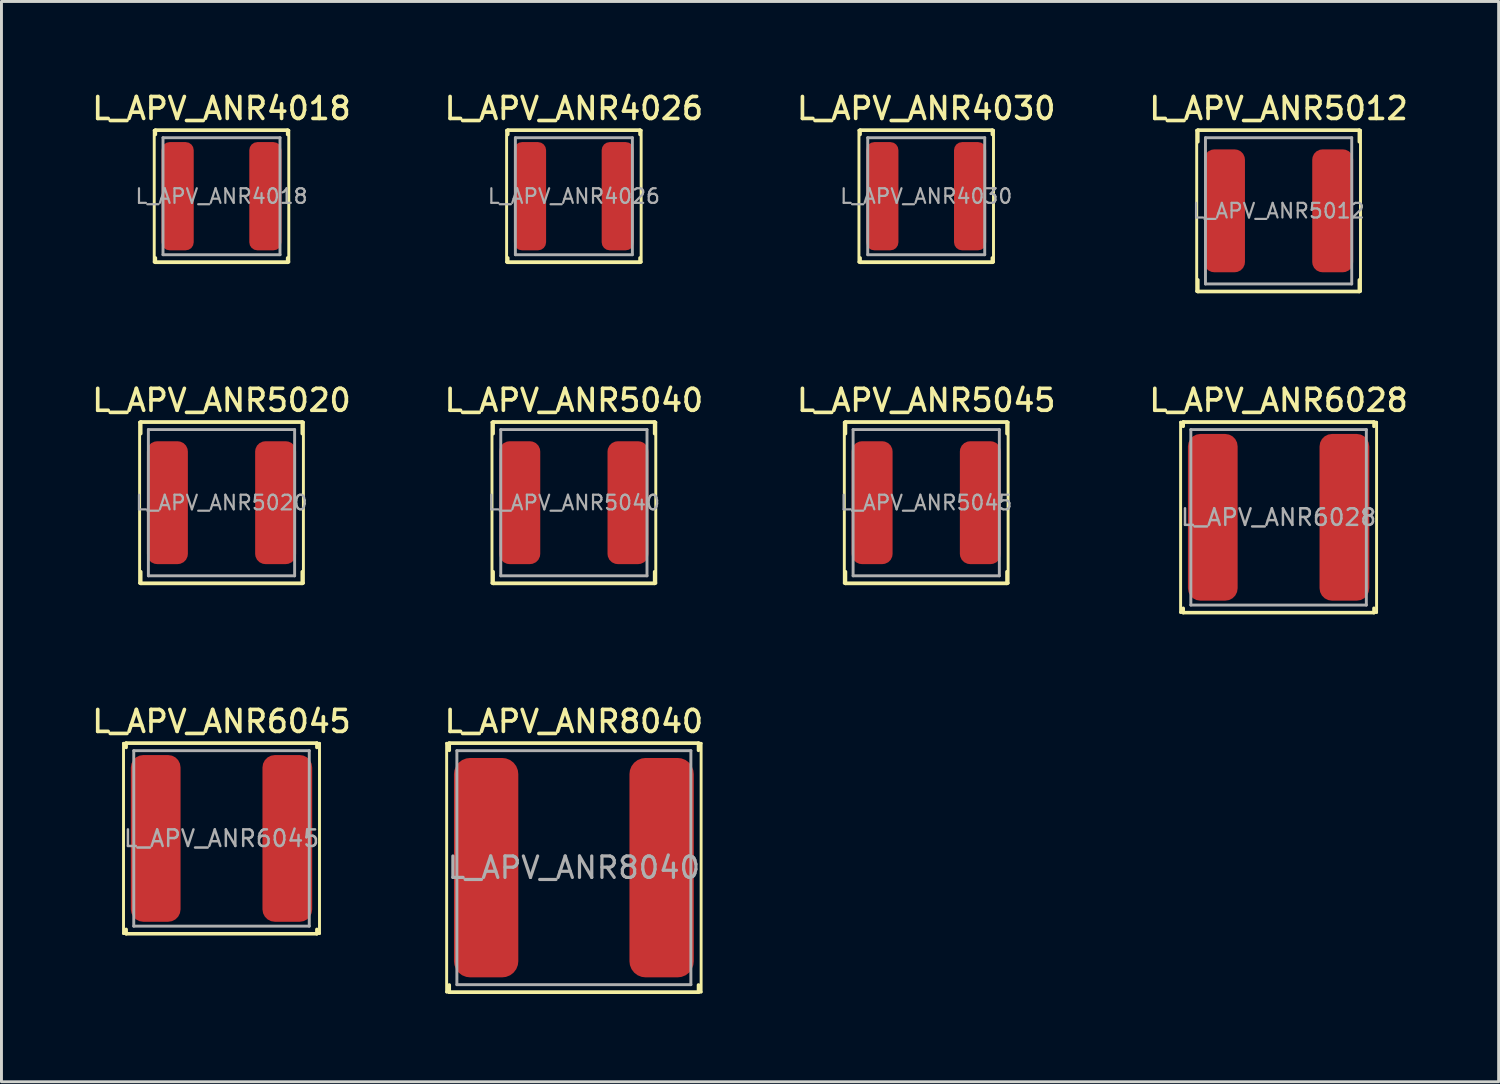
<source format=kicad_pcb>
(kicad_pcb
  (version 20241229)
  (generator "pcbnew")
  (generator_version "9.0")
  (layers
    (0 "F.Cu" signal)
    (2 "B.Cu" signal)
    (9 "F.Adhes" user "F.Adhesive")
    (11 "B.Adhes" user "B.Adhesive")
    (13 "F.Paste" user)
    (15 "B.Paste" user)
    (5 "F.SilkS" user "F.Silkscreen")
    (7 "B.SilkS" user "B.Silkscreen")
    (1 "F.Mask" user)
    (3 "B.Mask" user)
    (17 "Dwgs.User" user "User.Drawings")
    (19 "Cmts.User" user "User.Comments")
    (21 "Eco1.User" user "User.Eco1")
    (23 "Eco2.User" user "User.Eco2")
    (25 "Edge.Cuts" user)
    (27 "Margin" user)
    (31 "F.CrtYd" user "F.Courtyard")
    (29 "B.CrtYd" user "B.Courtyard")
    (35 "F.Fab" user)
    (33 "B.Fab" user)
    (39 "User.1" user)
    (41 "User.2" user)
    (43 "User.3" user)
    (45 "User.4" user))
  (footprint "L_APV_ANR8040"
    (layer "F.Cu")
    (at 16.57 26.614)
    (property "Reference" "L_APV_ANR8040" (at 0 -5 0) (layer "F.SilkS") (effects (font (size 0.75 0.75) (thickness 0.125))))
    (attr smd)
    (fp_line (start -4.35 -4.25) (end -4.35 4.25) (stroke (width 0.1) (type solid)) (layer "F.SilkS"))
    (fp_line (start -4.35 4.25) (end 4.35 4.25) (stroke (width 0.1) (type solid)) (layer "F.SilkS"))
    (fp_line (start -4.26 -4.26) (end -4.26 -4.01) (stroke (width 0.12) (type solid)) (layer "F.SilkS"))
    (fp_line (start -4.26 -4.26) (end 4.26 -4.26) (stroke (width 0.12) (type solid)) (layer "F.SilkS"))
    (fp_line (start -4.26 4.26) (end -4.26 4.01) (stroke (width 0.12) (type solid)) (layer "F.SilkS"))
    (fp_line (start -4.26 4.26) (end 4.26 4.26) (stroke (width 0.12) (type solid)) (layer "F.SilkS"))
    (fp_line (start 4.26 -4.26) (end 4.26 -4.01) (stroke (width 0.12) (type solid)) (layer "F.SilkS"))
    (fp_line (start 4.26 4.26) (end 4.26 4.01) (stroke (width 0.12) (type solid)) (layer "F.SilkS"))
    (fp_line (start 4.35 -4.25) (end -4.35 -4.25) (stroke (width 0.1) (type solid)) (layer "F.SilkS"))
    (fp_line (start 4.35 4.25) (end 4.35 -4.25) (stroke (width 0.1) (type solid)) (layer "F.SilkS"))
    (fp_line (start -4 -4) (end -4 4) (stroke (width 0.1) (type solid)) (layer "F.Fab"))
    (fp_line (start -4 4) (end 4 4) (stroke (width 0.1) (type solid)) (layer "F.Fab"))
    (fp_line (start 4 -4) (end -4 -4) (stroke (width 0.1) (type solid)) (layer "F.Fab"))
    (fp_line (start 4 4) (end 4 -4) (stroke (width 0.1) (type solid)) (layer "F.Fab"))
    (fp_text user "${REFERENCE}" (at 0 0 0) (layer "F.Fab") (effects (font (size 0.733 0.733) (thickness 0.11))))
    (pad "1" smd roundrect (at -3 0) (size 2.2 7.5) (layers "F.Cu" "F.Mask" "F.Paste") (roundrect_rratio 0.25))
    (pad "2" smd roundrect (at 3 0) (size 2.2 7.5) (layers "F.Cu" "F.Mask" "F.Paste") (roundrect_rratio 0.25)))
  (footprint "L_APV_ANR5012"
    (layer "F.Cu")
    (at 40.663 4.158)
    (property "Reference" "L_APV_ANR5012" (at 0 -3.5 0) (layer "F.SilkS") (effects (font (size 0.75 0.75) (thickness 0.125))))
    (attr smd)
    (fp_line (start -2.8 -2.75) (end -2.8 2.75) (stroke (width 0.1) (type solid)) (layer "F.SilkS"))
    (fp_line (start -2.8 2.75) (end 2.8 2.75) (stroke (width 0.1) (type solid)) (layer "F.SilkS"))
    (fp_line (start -2.76 -2.76) (end -2.76 -2.36) (stroke (width 0.12) (type solid)) (layer "F.SilkS"))
    (fp_line (start -2.76 -2.76) (end 2.76 -2.76) (stroke (width 0.12) (type solid)) (layer "F.SilkS"))
    (fp_line (start -2.76 2.76) (end -2.76 2.36) (stroke (width 0.12) (type solid)) (layer "F.SilkS"))
    (fp_line (start -2.76 2.76) (end 2.76 2.76) (stroke (width 0.12) (type solid)) (layer "F.SilkS"))
    (fp_line (start 2.76 -2.76) (end 2.76 -2.36) (stroke (width 0.12) (type solid)) (layer "F.SilkS"))
    (fp_line (start 2.76 2.76) (end 2.76 2.36) (stroke (width 0.12) (type solid)) (layer "F.SilkS"))
    (fp_line (start 2.8 -2.75) (end -2.8 -2.75) (stroke (width 0.1) (type solid)) (layer "F.SilkS"))
    (fp_line (start 2.8 2.75) (end 2.8 -2.75) (stroke (width 0.1) (type solid)) (layer "F.SilkS"))
    (fp_line (start -2.5 -2.5) (end -2.5 2.5) (stroke (width 0.1) (type solid)) (layer "F.Fab"))
    (fp_line (start -2.5 2.5) (end 2.5 2.5) (stroke (width 0.1) (type solid)) (layer "F.Fab"))
    (fp_line (start 2.5 -2.5) (end -2.5 -2.5) (stroke (width 0.1) (type solid)) (layer "F.Fab"))
    (fp_line (start 2.5 2.5) (end 2.5 -2.5) (stroke (width 0.1) (type solid)) (layer "F.Fab"))
    (fp_text user "${REFERENCE}" (at 0 0 0) (layer "F.Fab") (effects (font (size 0.5 0.5) (thickness 0.075))))
    (pad "1" smd roundrect (at -1.85 0) (size 1.4 4.2) (layers "F.Cu" "F.Mask" "F.Paste") (roundrect_rratio 0.25))
    (pad "2" smd roundrect (at 1.85 0) (size 1.4 4.2) (layers "F.Cu" "F.Mask" "F.Paste") (roundrect_rratio 0.25)))
  (footprint "L_APV_ANR5020"
    (layer "F.Cu")
    (at 4.523 14.136)
    (property "Reference" "L_APV_ANR5020" (at 0 -3.5 0) (layer "F.SilkS") (effects (font (size 0.75 0.75) (thickness 0.125))))
    (attr smd)
    (fp_line (start -2.8 -2.75) (end -2.8 2.75) (stroke (width 0.1) (type solid)) (layer "F.SilkS"))
    (fp_line (start -2.8 2.75) (end 2.8 2.75) (stroke (width 0.1) (type solid)) (layer "F.SilkS"))
    (fp_line (start -2.76 -2.76) (end -2.76 -2.36) (stroke (width 0.12) (type solid)) (layer "F.SilkS"))
    (fp_line (start -2.76 -2.76) (end 2.76 -2.76) (stroke (width 0.12) (type solid)) (layer "F.SilkS"))
    (fp_line (start -2.76 2.76) (end -2.76 2.36) (stroke (width 0.12) (type solid)) (layer "F.SilkS"))
    (fp_line (start -2.76 2.76) (end 2.76 2.76) (stroke (width 0.12) (type solid)) (layer "F.SilkS"))
    (fp_line (start 2.76 -2.76) (end 2.76 -2.36) (stroke (width 0.12) (type solid)) (layer "F.SilkS"))
    (fp_line (start 2.76 2.76) (end 2.76 2.36) (stroke (width 0.12) (type solid)) (layer "F.SilkS"))
    (fp_line (start 2.8 -2.75) (end -2.8 -2.75) (stroke (width 0.1) (type solid)) (layer "F.SilkS"))
    (fp_line (start 2.8 2.75) (end 2.8 -2.75) (stroke (width 0.1) (type solid)) (layer "F.SilkS"))
    (fp_line (start -2.5 -2.5) (end -2.5 2.5) (stroke (width 0.1) (type solid)) (layer "F.Fab"))
    (fp_line (start -2.5 2.5) (end 2.5 2.5) (stroke (width 0.1) (type solid)) (layer "F.Fab"))
    (fp_line (start 2.5 -2.5) (end -2.5 -2.5) (stroke (width 0.1) (type solid)) (layer "F.Fab"))
    (fp_line (start 2.5 2.5) (end 2.5 -2.5) (stroke (width 0.1) (type solid)) (layer "F.Fab"))
    (fp_text user "${REFERENCE}" (at 0 0 0) (layer "F.Fab") (effects (font (size 0.5 0.5) (thickness 0.075))))
    (pad "1" smd roundrect (at -1.85 0) (size 1.4 4.2) (layers "F.Cu" "F.Mask" "F.Paste") (roundrect_rratio 0.25))
    (pad "2" smd roundrect (at 1.85 0) (size 1.4 4.2) (layers "F.Cu" "F.Mask" "F.Paste") (roundrect_rratio 0.25)))
  (footprint "L_APV_ANR6045"
    (layer "F.Cu")
    (at 4.523 25.614)
    (property "Reference" "L_APV_ANR6045" (at 0 -4 0) (layer "F.SilkS") (effects (font (size 0.75 0.75) (thickness 0.125))))
    (attr smd)
    (fp_line (start -3.35 -3.25) (end -3.35 3.25) (stroke (width 0.1) (type solid)) (layer "F.SilkS"))
    (fp_line (start -3.35 3.25) (end 3.35 3.25) (stroke (width 0.1) (type solid)) (layer "F.SilkS"))
    (fp_line (start -3.26 -3.26) (end -3.26 -3.11) (stroke (width 0.12) (type solid)) (layer "F.SilkS"))
    (fp_line (start -3.26 -3.26) (end 3.26 -3.26) (stroke (width 0.12) (type solid)) (layer "F.SilkS"))
    (fp_line (start -3.26 3.26) (end -3.26 3.11) (stroke (width 0.12) (type solid)) (layer "F.SilkS"))
    (fp_line (start -3.26 3.26) (end 3.26 3.26) (stroke (width 0.12) (type solid)) (layer "F.SilkS"))
    (fp_line (start 3.26 -3.26) (end 3.26 -3.11) (stroke (width 0.12) (type solid)) (layer "F.SilkS"))
    (fp_line (start 3.26 3.26) (end 3.26 3.11) (stroke (width 0.12) (type solid)) (layer "F.SilkS"))
    (fp_line (start 3.35 -3.25) (end -3.35 -3.25) (stroke (width 0.1) (type solid)) (layer "F.SilkS"))
    (fp_line (start 3.35 3.25) (end 3.35 -3.25) (stroke (width 0.1) (type solid)) (layer "F.SilkS"))
    (fp_line (start -3 -3) (end -3 3) (stroke (width 0.1) (type solid)) (layer "F.Fab"))
    (fp_line (start -3 3) (end 3 3) (stroke (width 0.1) (type solid)) (layer "F.Fab"))
    (fp_line (start 3 -3) (end -3 -3) (stroke (width 0.1) (type solid)) (layer "F.Fab"))
    (fp_line (start 3 3) (end 3 -3) (stroke (width 0.1) (type solid)) (layer "F.Fab"))
    (fp_text user "${REFERENCE}" (at 0 0 0) (layer "F.Fab") (effects (font (size 0.567 0.567) (thickness 0.085))))
    (pad "1" smd roundrect (at -2.25 0) (size 1.7 5.7) (layers "F.Cu" "F.Mask" "F.Paste") (roundrect_rratio 0.25))
    (pad "2" smd roundrect (at 2.25 0) (size 1.7 5.7) (layers "F.Cu" "F.Mask" "F.Paste") (roundrect_rratio 0.25)))
  (footprint "L_APV_ANR5045"
    (layer "F.Cu")
    (at 28.616 14.136)
    (property "Reference" "L_APV_ANR5045" (at 0 -3.5 0) (layer "F.SilkS") (effects (font (size 0.75 0.75) (thickness 0.125))))
    (attr smd)
    (fp_line (start -2.8 -2.75) (end -2.8 2.75) (stroke (width 0.1) (type solid)) (layer "F.SilkS"))
    (fp_line (start -2.8 2.75) (end 2.8 2.75) (stroke (width 0.1) (type solid)) (layer "F.SilkS"))
    (fp_line (start -2.76 -2.76) (end -2.76 -2.36) (stroke (width 0.12) (type solid)) (layer "F.SilkS"))
    (fp_line (start -2.76 -2.76) (end 2.76 -2.76) (stroke (width 0.12) (type solid)) (layer "F.SilkS"))
    (fp_line (start -2.76 2.76) (end -2.76 2.36) (stroke (width 0.12) (type solid)) (layer "F.SilkS"))
    (fp_line (start -2.76 2.76) (end 2.76 2.76) (stroke (width 0.12) (type solid)) (layer "F.SilkS"))
    (fp_line (start 2.76 -2.76) (end 2.76 -2.36) (stroke (width 0.12) (type solid)) (layer "F.SilkS"))
    (fp_line (start 2.76 2.76) (end 2.76 2.36) (stroke (width 0.12) (type solid)) (layer "F.SilkS"))
    (fp_line (start 2.8 -2.75) (end -2.8 -2.75) (stroke (width 0.1) (type solid)) (layer "F.SilkS"))
    (fp_line (start 2.8 2.75) (end 2.8 -2.75) (stroke (width 0.1) (type solid)) (layer "F.SilkS"))
    (fp_line (start -2.5 -2.5) (end -2.5 2.5) (stroke (width 0.1) (type solid)) (layer "F.Fab"))
    (fp_line (start -2.5 2.5) (end 2.5 2.5) (stroke (width 0.1) (type solid)) (layer "F.Fab"))
    (fp_line (start 2.5 -2.5) (end -2.5 -2.5) (stroke (width 0.1) (type solid)) (layer "F.Fab"))
    (fp_line (start 2.5 2.5) (end 2.5 -2.5) (stroke (width 0.1) (type solid)) (layer "F.Fab"))
    (fp_text user "${REFERENCE}" (at 0 0 0) (layer "F.Fab") (effects (font (size 0.5 0.5) (thickness 0.075))))
    (pad "1" smd roundrect (at -1.85 0) (size 1.4 4.2) (layers "F.Cu" "F.Mask" "F.Paste") (roundrect_rratio 0.25))
    (pad "2" smd roundrect (at 1.85 0) (size 1.4 4.2) (layers "F.Cu" "F.Mask" "F.Paste") (roundrect_rratio 0.25)))
  (footprint "L_APV_ANR4018"
    (layer "F.Cu")
    (at 4.523 3.658)
    (property "Reference" "L_APV_ANR4018" (at 0 -3 0) (layer "F.SilkS") (effects (font (size 0.75 0.75) (thickness 0.125))))
    (attr smd)
    (fp_line (start -2.3 -2.25) (end -2.3 2.25) (stroke (width 0.1) (type solid)) (layer "F.SilkS"))
    (fp_line (start -2.3 2.25) (end 2.3 2.25) (stroke (width 0.1) (type solid)) (layer "F.SilkS"))
    (fp_line (start -2.26 -2.26) (end -2.26 -2.11) (stroke (width 0.12) (type solid)) (layer "F.SilkS"))
    (fp_line (start -2.26 -2.26) (end 2.26 -2.26) (stroke (width 0.12) (type solid)) (layer "F.SilkS"))
    (fp_line (start -2.26 2.26) (end -2.26 2.11) (stroke (width 0.12) (type solid)) (layer "F.SilkS"))
    (fp_line (start -2.26 2.26) (end 2.26 2.26) (stroke (width 0.12) (type solid)) (layer "F.SilkS"))
    (fp_line (start 2.26 -2.26) (end 2.26 -2.11) (stroke (width 0.12) (type solid)) (layer "F.SilkS"))
    (fp_line (start 2.26 2.26) (end 2.26 2.11) (stroke (width 0.12) (type solid)) (layer "F.SilkS"))
    (fp_line (start 2.3 -2.25) (end -2.3 -2.25) (stroke (width 0.1) (type solid)) (layer "F.SilkS"))
    (fp_line (start 2.3 2.25) (end 2.3 -2.25) (stroke (width 0.1) (type solid)) (layer "F.SilkS"))
    (fp_line (start -2 -2) (end -2 2) (stroke (width 0.1) (type solid)) (layer "F.Fab"))
    (fp_line (start -2 2) (end 2 2) (stroke (width 0.1) (type solid)) (layer "F.Fab"))
    (fp_line (start 2 -2) (end -2 -2) (stroke (width 0.1) (type solid)) (layer "F.Fab"))
    (fp_line (start 2 2) (end 2 -2) (stroke (width 0.1) (type solid)) (layer "F.Fab"))
    (fp_text user "${REFERENCE}" (at 0 0 0) (layer "F.Fab") (effects (font (size 0.5 0.5) (thickness 0.075))))
    (pad "1" smd roundrect (at -1.5 0) (size 1.1 3.7) (layers "F.Cu" "F.Mask" "F.Paste") (roundrect_rratio 0.25))
    (pad "2" smd roundrect (at 1.5 0) (size 1.1 3.7) (layers "F.Cu" "F.Mask" "F.Paste") (roundrect_rratio 0.25)))
  (footprint "L_APV_ANR5040"
    (layer "F.Cu")
    (at 16.57 14.136)
    (property "Reference" "L_APV_ANR5040" (at 0 -3.5 0) (layer "F.SilkS") (effects (font (size 0.75 0.75) (thickness 0.125))))
    (attr smd)
    (fp_line (start -2.8 -2.75) (end -2.8 2.75) (stroke (width 0.1) (type solid)) (layer "F.SilkS"))
    (fp_line (start -2.8 2.75) (end 2.8 2.75) (stroke (width 0.1) (type solid)) (layer "F.SilkS"))
    (fp_line (start -2.76 -2.76) (end -2.76 -2.36) (stroke (width 0.12) (type solid)) (layer "F.SilkS"))
    (fp_line (start -2.76 -2.76) (end 2.76 -2.76) (stroke (width 0.12) (type solid)) (layer "F.SilkS"))
    (fp_line (start -2.76 2.76) (end -2.76 2.36) (stroke (width 0.12) (type solid)) (layer "F.SilkS"))
    (fp_line (start -2.76 2.76) (end 2.76 2.76) (stroke (width 0.12) (type solid)) (layer "F.SilkS"))
    (fp_line (start 2.76 -2.76) (end 2.76 -2.36) (stroke (width 0.12) (type solid)) (layer "F.SilkS"))
    (fp_line (start 2.76 2.76) (end 2.76 2.36) (stroke (width 0.12) (type solid)) (layer "F.SilkS"))
    (fp_line (start 2.8 -2.75) (end -2.8 -2.75) (stroke (width 0.1) (type solid)) (layer "F.SilkS"))
    (fp_line (start 2.8 2.75) (end 2.8 -2.75) (stroke (width 0.1) (type solid)) (layer "F.SilkS"))
    (fp_line (start -2.5 -2.5) (end -2.5 2.5) (stroke (width 0.1) (type solid)) (layer "F.Fab"))
    (fp_line (start -2.5 2.5) (end 2.5 2.5) (stroke (width 0.1) (type solid)) (layer "F.Fab"))
    (fp_line (start 2.5 -2.5) (end -2.5 -2.5) (stroke (width 0.1) (type solid)) (layer "F.Fab"))
    (fp_line (start 2.5 2.5) (end 2.5 -2.5) (stroke (width 0.1) (type solid)) (layer "F.Fab"))
    (fp_text user "${REFERENCE}" (at 0 0 0) (layer "F.Fab") (effects (font (size 0.5 0.5) (thickness 0.075))))
    (pad "1" smd roundrect (at -1.85 0) (size 1.4 4.2) (layers "F.Cu" "F.Mask" "F.Paste") (roundrect_rratio 0.25))
    (pad "2" smd roundrect (at 1.85 0) (size 1.4 4.2) (layers "F.Cu" "F.Mask" "F.Paste") (roundrect_rratio 0.25)))
  (footprint "L_APV_ANR4026"
    (layer "F.Cu")
    (at 16.57 3.658)
    (property "Reference" "L_APV_ANR4026" (at 0 -3 0) (layer "F.SilkS") (effects (font (size 0.75 0.75) (thickness 0.125))))
    (attr smd)
    (fp_line (start -2.3 -2.25) (end -2.3 2.25) (stroke (width 0.1) (type solid)) (layer "F.SilkS"))
    (fp_line (start -2.3 2.25) (end 2.3 2.25) (stroke (width 0.1) (type solid)) (layer "F.SilkS"))
    (fp_line (start -2.26 -2.26) (end -2.26 -2.11) (stroke (width 0.12) (type solid)) (layer "F.SilkS"))
    (fp_line (start -2.26 -2.26) (end 2.26 -2.26) (stroke (width 0.12) (type solid)) (layer "F.SilkS"))
    (fp_line (start -2.26 2.26) (end -2.26 2.11) (stroke (width 0.12) (type solid)) (layer "F.SilkS"))
    (fp_line (start -2.26 2.26) (end 2.26 2.26) (stroke (width 0.12) (type solid)) (layer "F.SilkS"))
    (fp_line (start 2.26 -2.26) (end 2.26 -2.11) (stroke (width 0.12) (type solid)) (layer "F.SilkS"))
    (fp_line (start 2.26 2.26) (end 2.26 2.11) (stroke (width 0.12) (type solid)) (layer "F.SilkS"))
    (fp_line (start 2.3 -2.25) (end -2.3 -2.25) (stroke (width 0.1) (type solid)) (layer "F.SilkS"))
    (fp_line (start 2.3 2.25) (end 2.3 -2.25) (stroke (width 0.1) (type solid)) (layer "F.SilkS"))
    (fp_line (start -2 -2) (end -2 2) (stroke (width 0.1) (type solid)) (layer "F.Fab"))
    (fp_line (start -2 2) (end 2 2) (stroke (width 0.1) (type solid)) (layer "F.Fab"))
    (fp_line (start 2 -2) (end -2 -2) (stroke (width 0.1) (type solid)) (layer "F.Fab"))
    (fp_line (start 2 2) (end 2 -2) (stroke (width 0.1) (type solid)) (layer "F.Fab"))
    (fp_text user "${REFERENCE}" (at 0 0 0) (layer "F.Fab") (effects (font (size 0.5 0.5) (thickness 0.075))))
    (pad "1" smd roundrect (at -1.5 0) (size 1.1 3.7) (layers "F.Cu" "F.Mask" "F.Paste") (roundrect_rratio 0.25))
    (pad "2" smd roundrect (at 1.5 0) (size 1.1 3.7) (layers "F.Cu" "F.Mask" "F.Paste") (roundrect_rratio 0.25)))
  (footprint "L_APV_ANR4030"
    (layer "F.Cu")
    (at 28.616 3.658)
    (property "Reference" "L_APV_ANR4030" (at 0 -3 0) (layer "F.SilkS") (effects (font (size 0.75 0.75) (thickness 0.125))))
    (attr smd)
    (fp_line (start -2.3 -2.25) (end -2.3 2.25) (stroke (width 0.1) (type solid)) (layer "F.SilkS"))
    (fp_line (start -2.3 2.25) (end 2.3 2.25) (stroke (width 0.1) (type solid)) (layer "F.SilkS"))
    (fp_line (start -2.26 -2.26) (end -2.26 -2.11) (stroke (width 0.12) (type solid)) (layer "F.SilkS"))
    (fp_line (start -2.26 -2.26) (end 2.26 -2.26) (stroke (width 0.12) (type solid)) (layer "F.SilkS"))
    (fp_line (start -2.26 2.26) (end -2.26 2.11) (stroke (width 0.12) (type solid)) (layer "F.SilkS"))
    (fp_line (start -2.26 2.26) (end 2.26 2.26) (stroke (width 0.12) (type solid)) (layer "F.SilkS"))
    (fp_line (start 2.26 -2.26) (end 2.26 -2.11) (stroke (width 0.12) (type solid)) (layer "F.SilkS"))
    (fp_line (start 2.26 2.26) (end 2.26 2.11) (stroke (width 0.12) (type solid)) (layer "F.SilkS"))
    (fp_line (start 2.3 -2.25) (end -2.3 -2.25) (stroke (width 0.1) (type solid)) (layer "F.SilkS"))
    (fp_line (start 2.3 2.25) (end 2.3 -2.25) (stroke (width 0.1) (type solid)) (layer "F.SilkS"))
    (fp_line (start -2 -2) (end -2 2) (stroke (width 0.1) (type solid)) (layer "F.Fab"))
    (fp_line (start -2 2) (end 2 2) (stroke (width 0.1) (type solid)) (layer "F.Fab"))
    (fp_line (start 2 -2) (end -2 -2) (stroke (width 0.1) (type solid)) (layer "F.Fab"))
    (fp_line (start 2 2) (end 2 -2) (stroke (width 0.1) (type solid)) (layer "F.Fab"))
    (fp_text user "${REFERENCE}" (at 0 0 0) (layer "F.Fab") (effects (font (size 0.5 0.5) (thickness 0.075))))
    (pad "1" smd roundrect (at -1.5 0) (size 1.1 3.7) (layers "F.Cu" "F.Mask" "F.Paste") (roundrect_rratio 0.25))
    (pad "2" smd roundrect (at 1.5 0) (size 1.1 3.7) (layers "F.Cu" "F.Mask" "F.Paste") (roundrect_rratio 0.25)))
  (footprint "L_APV_ANR6028"
    (layer "F.Cu")
    (at 40.663 14.636)
    (property "Reference" "L_APV_ANR6028" (at 0 -4 0) (layer "F.SilkS") (effects (font (size 0.75 0.75) (thickness 0.125))))
    (attr smd)
    (fp_line (start -3.35 -3.25) (end -3.35 3.25) (stroke (width 0.1) (type solid)) (layer "F.SilkS"))
    (fp_line (start -3.35 3.25) (end 3.35 3.25) (stroke (width 0.1) (type solid)) (layer "F.SilkS"))
    (fp_line (start -3.26 -3.26) (end -3.26 -3.11) (stroke (width 0.12) (type solid)) (layer "F.SilkS"))
    (fp_line (start -3.26 -3.26) (end 3.26 -3.26) (stroke (width 0.12) (type solid)) (layer "F.SilkS"))
    (fp_line (start -3.26 3.26) (end -3.26 3.11) (stroke (width 0.12) (type solid)) (layer "F.SilkS"))
    (fp_line (start -3.26 3.26) (end 3.26 3.26) (stroke (width 0.12) (type solid)) (layer "F.SilkS"))
    (fp_line (start 3.26 -3.26) (end 3.26 -3.11) (stroke (width 0.12) (type solid)) (layer "F.SilkS"))
    (fp_line (start 3.26 3.26) (end 3.26 3.11) (stroke (width 0.12) (type solid)) (layer "F.SilkS"))
    (fp_line (start 3.35 -3.25) (end -3.35 -3.25) (stroke (width 0.1) (type solid)) (layer "F.SilkS"))
    (fp_line (start 3.35 3.25) (end 3.35 -3.25) (stroke (width 0.1) (type solid)) (layer "F.SilkS"))
    (fp_line (start -3 -3) (end -3 3) (stroke (width 0.1) (type solid)) (layer "F.Fab"))
    (fp_line (start -3 3) (end 3 3) (stroke (width 0.1) (type solid)) (layer "F.Fab"))
    (fp_line (start 3 -3) (end -3 -3) (stroke (width 0.1) (type solid)) (layer "F.Fab"))
    (fp_line (start 3 3) (end 3 -3) (stroke (width 0.1) (type solid)) (layer "F.Fab"))
    (fp_text user "${REFERENCE}" (at 0 0 0) (layer "F.Fab") (effects (font (size 0.567 0.567) (thickness 0.085))))
    (pad "1" smd roundrect (at -2.25 0) (size 1.7 5.7) (layers "F.Cu" "F.Mask" "F.Paste") (roundrect_rratio 0.25))
    (pad "2" smd roundrect (at 2.25 0) (size 1.7 5.7) (layers "F.Cu" "F.Mask" "F.Paste") (roundrect_rratio 0.25)))
  (gr_rect
    (start -3 -3)
    (end 48.186 33.934)
    (stroke (width 0.1) (type default))
    (fill no)
    (layer "Edge.Cuts")))
</source>
